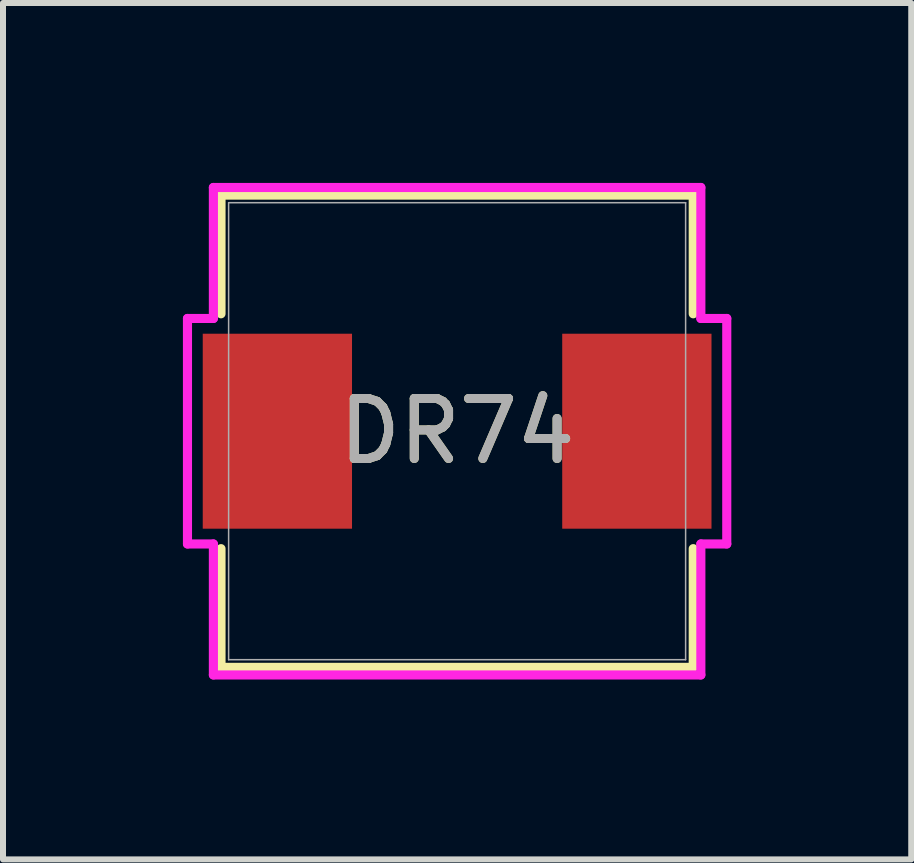
<source format=kicad_pcb>
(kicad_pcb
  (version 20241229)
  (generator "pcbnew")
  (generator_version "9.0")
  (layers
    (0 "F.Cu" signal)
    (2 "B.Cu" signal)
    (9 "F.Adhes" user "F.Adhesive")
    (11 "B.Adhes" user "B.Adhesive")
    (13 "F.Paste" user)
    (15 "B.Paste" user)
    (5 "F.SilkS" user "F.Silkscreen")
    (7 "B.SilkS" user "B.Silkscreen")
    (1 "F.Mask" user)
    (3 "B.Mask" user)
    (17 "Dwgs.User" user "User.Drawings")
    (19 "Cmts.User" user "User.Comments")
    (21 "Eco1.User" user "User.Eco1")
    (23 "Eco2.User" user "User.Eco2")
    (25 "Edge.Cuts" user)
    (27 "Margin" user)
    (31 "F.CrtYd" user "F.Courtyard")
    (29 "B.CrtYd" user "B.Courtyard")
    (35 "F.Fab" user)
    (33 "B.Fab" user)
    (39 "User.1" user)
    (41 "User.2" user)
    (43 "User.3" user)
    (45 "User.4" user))
  (footprint "DR74"
    (layer "F.Cu")
    (at 4.572 4.14)
    (property "Reference" "DR74" (at 0 0 0) (unlocked yes) (layer "F.SilkS") (effects (font (size 1 1) (thickness 0.15))))
    (attr smd)
    (fp_line (start -3.937 -3.937) (end -3.937 -1.958) (stroke (width 0.152) (type solid)) (layer "F.SilkS"))
    (fp_line (start -3.937 1.958) (end -3.937 3.937) (stroke (width 0.152) (type solid)) (layer "F.SilkS"))
    (fp_line (start -3.937 3.937) (end 3.937 3.937) (stroke (width 0.152) (type solid)) (layer "F.SilkS"))
    (fp_line (start 3.937 -3.937) (end -3.937 -3.937) (stroke (width 0.152) (type solid)) (layer "F.SilkS"))
    (fp_line (start 3.937 -1.958) (end 3.937 -3.937) (stroke (width 0.152) (type solid)) (layer "F.SilkS"))
    (fp_line (start 3.937 3.937) (end 3.937 1.958) (stroke (width 0.152) (type solid)) (layer "F.SilkS"))
    (fp_line (start -4.496 -1.88) (end -4.064 -1.88) (stroke (width 0.152) (type solid)) (layer "F.CrtYd"))
    (fp_line (start -4.496 1.88) (end -4.496 -1.88) (stroke (width 0.152) (type solid)) (layer "F.CrtYd"))
    (fp_line (start -4.496 1.88) (end -4.064 1.88) (stroke (width 0.152) (type solid)) (layer "F.CrtYd"))
    (fp_line (start -4.064 -4.064) (end 4.064 -4.064) (stroke (width 0.152) (type solid)) (layer "F.CrtYd"))
    (fp_line (start -4.064 -1.88) (end -4.064 -4.064) (stroke (width 0.152) (type solid)) (layer "F.CrtYd"))
    (fp_line (start -4.064 1.88) (end -4.064 4.064) (stroke (width 0.152) (type solid)) (layer "F.CrtYd"))
    (fp_line (start -4.064 4.064) (end 4.064 4.064) (stroke (width 0.152) (type solid)) (layer "F.CrtYd"))
    (fp_line (start 4.064 -4.064) (end 4.064 -1.88) (stroke (width 0.152) (type solid)) (layer "F.CrtYd"))
    (fp_line (start 4.064 -1.88) (end 4.496 -1.88) (stroke (width 0.152) (type solid)) (layer "F.CrtYd"))
    (fp_line (start 4.064 1.88) (end 4.496 1.88) (stroke (width 0.152) (type solid)) (layer "F.CrtYd"))
    (fp_line (start 4.064 4.064) (end 4.064 1.88) (stroke (width 0.152) (type solid)) (layer "F.CrtYd"))
    (fp_line (start 4.496 -1.88) (end 4.496 1.88) (stroke (width 0.152) (type solid)) (layer "F.CrtYd"))
    (fp_line (start -3.81 -3.81) (end -3.81 3.81) (stroke (width 0.025) (type solid)) (layer "F.Fab"))
    (fp_line (start -3.81 3.81) (end 3.81 3.81) (stroke (width 0.025) (type solid)) (layer "F.Fab"))
    (fp_line (start 3.81 -3.81) (end -3.81 -3.81) (stroke (width 0.025) (type solid)) (layer "F.Fab"))
    (fp_line (start 3.81 3.81) (end 3.81 -3.81) (stroke (width 0.025) (type solid)) (layer "F.Fab"))
    (fp_text user "${REFERENCE}" (at 0 0 0) (unlocked yes) (layer "F.Fab") (effects (font (size 1 1) (thickness 0.15))))
    (pad "1" smd rect (at -2.997 0) (size 2.489 3.251) (layers "F.Cu" "F.Mask" "F.Paste"))
    (pad "2" smd rect (at 2.997 0) (size 2.489 3.251) (layers "F.Cu" "F.Mask" "F.Paste"))
    (zone (net_name "") (layer "F.Cu") (hatch full 0.508) (connect_pads) (min_thickness 0.254) (filled_areas_thickness no) (keepout (tracks not_allowed) (vias not_allowed) (pads allowed) (copperpour not_allowed) (footprints allowed)) (placement (enabled no)) (fill) (polygon (pts (xy 2.87 0.381) (xy 6.274 0.381) (xy 6.274 7.899) (xy 2.87 7.899)))))
  (gr_rect
    (start -3 -3)
    (end 12.144 11.28)
    (stroke (width 0.1) (type default))
    (fill no)
    (layer "Edge.Cuts")))
</source>
